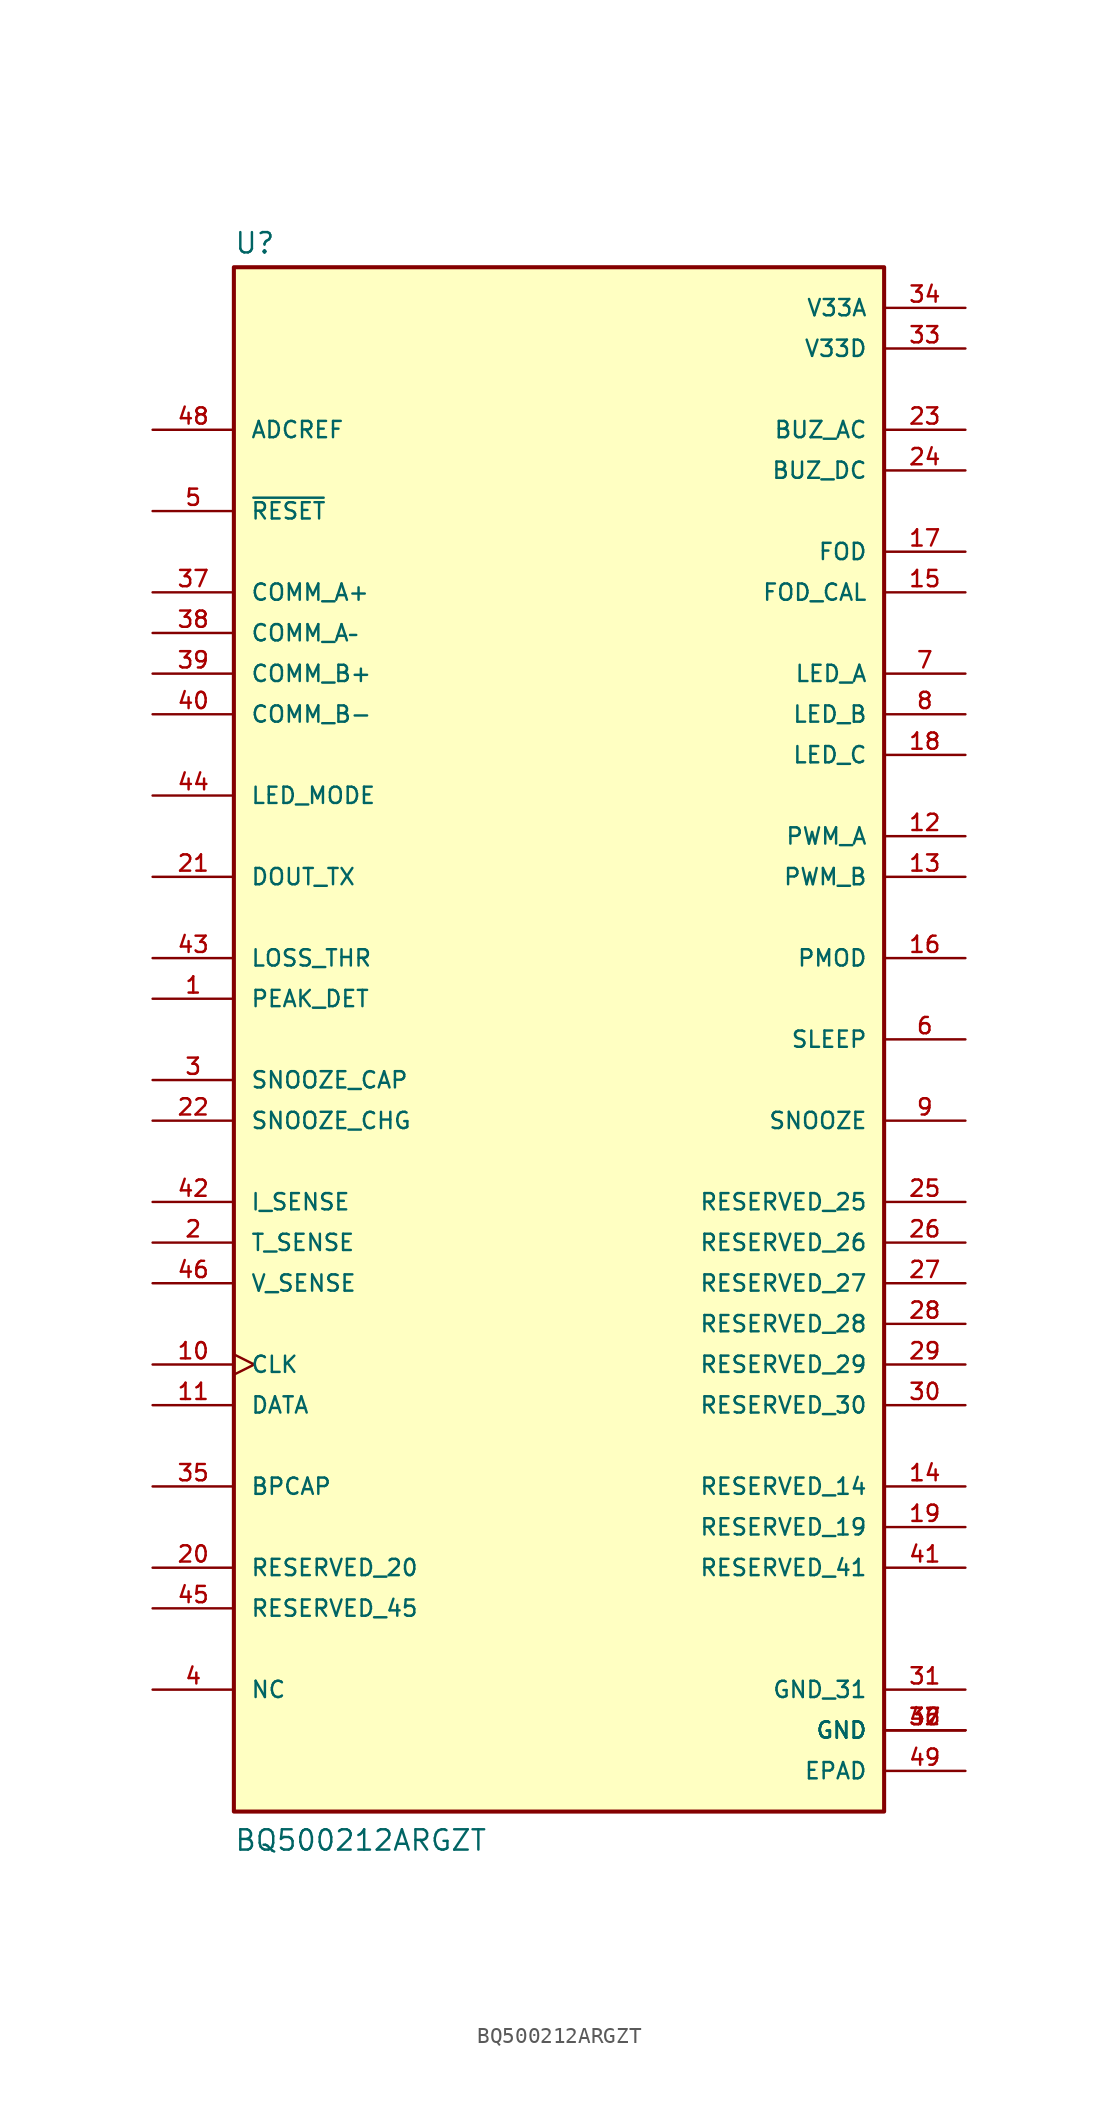
<source format=kicad_sym>
(kicad_symbol_lib
  (version 20241209)
  (generator "kicad_symbol_editor")
  (generator_version "9.0")
  (symbol "BQ500212ARGZT"
    (pin_names
      (offset 1.016))
    (property "Reference" "U"
      (at -20.32 49.022 0)
      (effects (font (size 1.27 1.27)) (justify left bottom)))
    (property "Value" "BQ500212ARGZT"
      (at -20.32 -50.8 0)
      (effects (font (size 1.27 1.27)) (justify left bottom)))
    (symbol "BQ500212ARGZT_0_0"
      (rectangle (start -20.32 -48.26) (end 20.32 48.26) (stroke (width 0.254) (type default)) (fill (type background)))
      (pin input line (at -25.4 38.1 0) (length 5.08) (name "ADCREF" (effects (font (size 1.016 1.016)))) (number "48" (effects (font (size 1.016 1.016)))))
      (pin input line (at -25.4 33.02 0) (length 5.08) (name "~{RESET}" (effects (font (size 1.016 1.016)))) (number "5" (effects (font (size 1.016 1.016)))))
      (pin input line (at -25.4 27.94 0) (length 5.08) (name "COMM_A+" (effects (font (size 1.016 1.016)))) (number "37" (effects (font (size 1.016 1.016)))))
      (pin input line (at -25.4 25.4 0) (length 5.08) (name "COMM_A–" (effects (font (size 1.016 1.016)))) (number "38" (effects (font (size 1.016 1.016)))))
      (pin input line (at -25.4 22.86 0) (length 5.08) (name "COMM_B+" (effects (font (size 1.016 1.016)))) (number "39" (effects (font (size 1.016 1.016)))))
      (pin input line (at -25.4 20.32 0) (length 5.08) (name "COMM_B-" (effects (font (size 1.016 1.016)))) (number "40" (effects (font (size 1.016 1.016)))))
      (pin input line (at -25.4 15.24 0) (length 5.08) (name "LED_MODE" (effects (font (size 1.016 1.016)))) (number "44" (effects (font (size 1.016 1.016)))))
      (pin input line (at -25.4 10.16 0) (length 5.08) (name "DOUT_TX" (effects (font (size 1.016 1.016)))) (number "21" (effects (font (size 1.016 1.016)))))
      (pin input line (at -25.4 5.08 0) (length 5.08) (name "LOSS_THR" (effects (font (size 1.016 1.016)))) (number "43" (effects (font (size 1.016 1.016)))))
      (pin input line (at -25.4 2.54 0) (length 5.08) (name "PEAK_DET" (effects (font (size 1.016 1.016)))) (number "1" (effects (font (size 1.016 1.016)))))
      (pin input line (at -25.4 -2.54 0) (length 5.08) (name "SNOOZE_CAP" (effects (font (size 1.016 1.016)))) (number "3" (effects (font (size 1.016 1.016)))))
      (pin input line (at -25.4 -5.08 0) (length 5.08) (name "SNOOZE_CHG" (effects (font (size 1.016 1.016)))) (number "22" (effects (font (size 1.016 1.016)))))
      (pin input line (at -25.4 -10.16 0) (length 5.08) (name "I_SENSE" (effects (font (size 1.016 1.016)))) (number "42" (effects (font (size 1.016 1.016)))))
      (pin input line (at -25.4 -12.7 0) (length 5.08) (name "T_SENSE" (effects (font (size 1.016 1.016)))) (number "2" (effects (font (size 1.016 1.016)))))
      (pin input line (at -25.4 -15.24 0) (length 5.08) (name "V_SENSE" (effects (font (size 1.016 1.016)))) (number "46" (effects (font (size 1.016 1.016)))))
      (pin bidirectional clock (at -25.4 -20.32 0) (length 5.08) (name "CLK" (effects (font (size 1.016 1.016)))) (number "10" (effects (font (size 1.016 1.016)))))
      (pin bidirectional line (at -25.4 -22.86 0) (length 5.08) (name "DATA" (effects (font (size 1.016 1.016)))) (number "11" (effects (font (size 1.016 1.016)))))
      (pin passive line (at -25.4 -27.94 0) (length 5.08) (name "BPCAP" (effects (font (size 1.016 1.016)))) (number "35" (effects (font (size 1.016 1.016)))))
      (pin input line (at -25.4 -33.02 0) (length 5.08) (name "RESERVED_20" (effects (font (size 1.016 1.016)))) (number "20" (effects (font (size 1.016 1.016)))))
      (pin input line (at -25.4 -35.56 0) (length 5.08) (name "RESERVED_45" (effects (font (size 1.016 1.016)))) (number "45" (effects (font (size 1.016 1.016)))))
      (pin passive line (at -25.4 -40.64 0) (length 5.08) (name "NC" (effects (font (size 1.016 1.016)))) (number "4" (effects (font (size 1.016 1.016)))))
      (pin power_in line (at 25.4 45.72 180) (length 5.08) (name "V33A" (effects (font (size 1.016 1.016)))) (number "34" (effects (font (size 1.016 1.016)))))
      (pin power_in line (at 25.4 43.18 180) (length 5.08) (name "V33D" (effects (font (size 1.016 1.016)))) (number "33" (effects (font (size 1.016 1.016)))))
      (pin output line (at 25.4 38.1 180) (length 5.08) (name "BUZ_AC" (effects (font (size 1.016 1.016)))) (number "23" (effects (font (size 1.016 1.016)))))
      (pin output line (at 25.4 35.56 180) (length 5.08) (name "BUZ_DC" (effects (font (size 1.016 1.016)))) (number "24" (effects (font (size 1.016 1.016)))))
      (pin output line (at 25.4 30.48 180) (length 5.08) (name "FOD" (effects (font (size 1.016 1.016)))) (number "17" (effects (font (size 1.016 1.016)))))
      (pin output line (at 25.4 27.94 180) (length 5.08) (name "FOD_CAL" (effects (font (size 1.016 1.016)))) (number "15" (effects (font (size 1.016 1.016)))))
      (pin output line (at 25.4 22.86 180) (length 5.08) (name "LED_A" (effects (font (size 1.016 1.016)))) (number "7" (effects (font (size 1.016 1.016)))))
      (pin output line (at 25.4 20.32 180) (length 5.08) (name "LED_B" (effects (font (size 1.016 1.016)))) (number "8" (effects (font (size 1.016 1.016)))))
      (pin output line (at 25.4 17.78 180) (length 5.08) (name "LED_C" (effects (font (size 1.016 1.016)))) (number "18" (effects (font (size 1.016 1.016)))))
      (pin output line (at 25.4 12.7 180) (length 5.08) (name "PWM_A" (effects (font (size 1.016 1.016)))) (number "12" (effects (font (size 1.016 1.016)))))
      (pin output line (at 25.4 10.16 180) (length 5.08) (name "PWM_B" (effects (font (size 1.016 1.016)))) (number "13" (effects (font (size 1.016 1.016)))))
      (pin output line (at 25.4 5.08 180) (length 5.08) (name "PMOD" (effects (font (size 1.016 1.016)))) (number "16" (effects (font (size 1.016 1.016)))))
      (pin output line (at 25.4 0 180) (length 5.08) (name "SLEEP" (effects (font (size 1.016 1.016)))) (number "6" (effects (font (size 1.016 1.016)))))
      (pin output line (at 25.4 -5.08 180) (length 5.08) (name "SNOOZE" (effects (font (size 1.016 1.016)))) (number "9" (effects (font (size 1.016 1.016)))))
      (pin bidirectional line (at 25.4 -10.16 180) (length 5.08) (name "RESERVED_25" (effects (font (size 1.016 1.016)))) (number "25" (effects (font (size 1.016 1.016)))))
      (pin bidirectional line (at 25.4 -12.7 180) (length 5.08) (name "RESERVED_26" (effects (font (size 1.016 1.016)))) (number "26" (effects (font (size 1.016 1.016)))))
      (pin bidirectional line (at 25.4 -15.24 180) (length 5.08) (name "RESERVED_27" (effects (font (size 1.016 1.016)))) (number "27" (effects (font (size 1.016 1.016)))))
      (pin bidirectional line (at 25.4 -17.78 180) (length 5.08) (name "RESERVED_28" (effects (font (size 1.016 1.016)))) (number "28" (effects (font (size 1.016 1.016)))))
      (pin bidirectional line (at 25.4 -20.32 180) (length 5.08) (name "RESERVED_29" (effects (font (size 1.016 1.016)))) (number "29" (effects (font (size 1.016 1.016)))))
      (pin bidirectional line (at 25.4 -22.86 180) (length 5.08) (name "RESERVED_30" (effects (font (size 1.016 1.016)))) (number "30" (effects (font (size 1.016 1.016)))))
      (pin output line (at 25.4 -27.94 180) (length 5.08) (name "RESERVED_14" (effects (font (size 1.016 1.016)))) (number "14" (effects (font (size 1.016 1.016)))))
      (pin output line (at 25.4 -30.48 180) (length 5.08) (name "RESERVED_19" (effects (font (size 1.016 1.016)))) (number "19" (effects (font (size 1.016 1.016)))))
      (pin output line (at 25.4 -33.02 180) (length 5.08) (name "RESERVED_41" (effects (font (size 1.016 1.016)))) (number "41" (effects (font (size 1.016 1.016)))))
      (pin bidirectional line (at 25.4 -40.64 180) (length 5.08) (name "GND_31" (effects (font (size 1.016 1.016)))) (number "31" (effects (font (size 1.016 1.016)))))
      (pin power_in line (at 25.4 -43.18 180) (length 5.08) (name "GND" (effects (font (size 1.016 1.016)))) (number "32" (effects (font (size 1.016 1.016)))))
      (pin power_in line (at 25.4 -43.18 180) (length 5.08) (name "GND" (effects (font (size 1.016 1.016)))) (number "36" (effects (font (size 1.016 1.016)))))
      (pin power_in line (at 25.4 -43.18 180) (length 5.08) (name "GND" (effects (font (size 1.016 1.016)))) (number "47" (effects (font (size 1.016 1.016)))))
      (pin power_in line (at 25.4 -45.72 180) (length 5.08) (name "EPAD" (effects (font (size 1.016 1.016)))) (number "49" (effects (font (size 1.016 1.016))))))))
</source>
